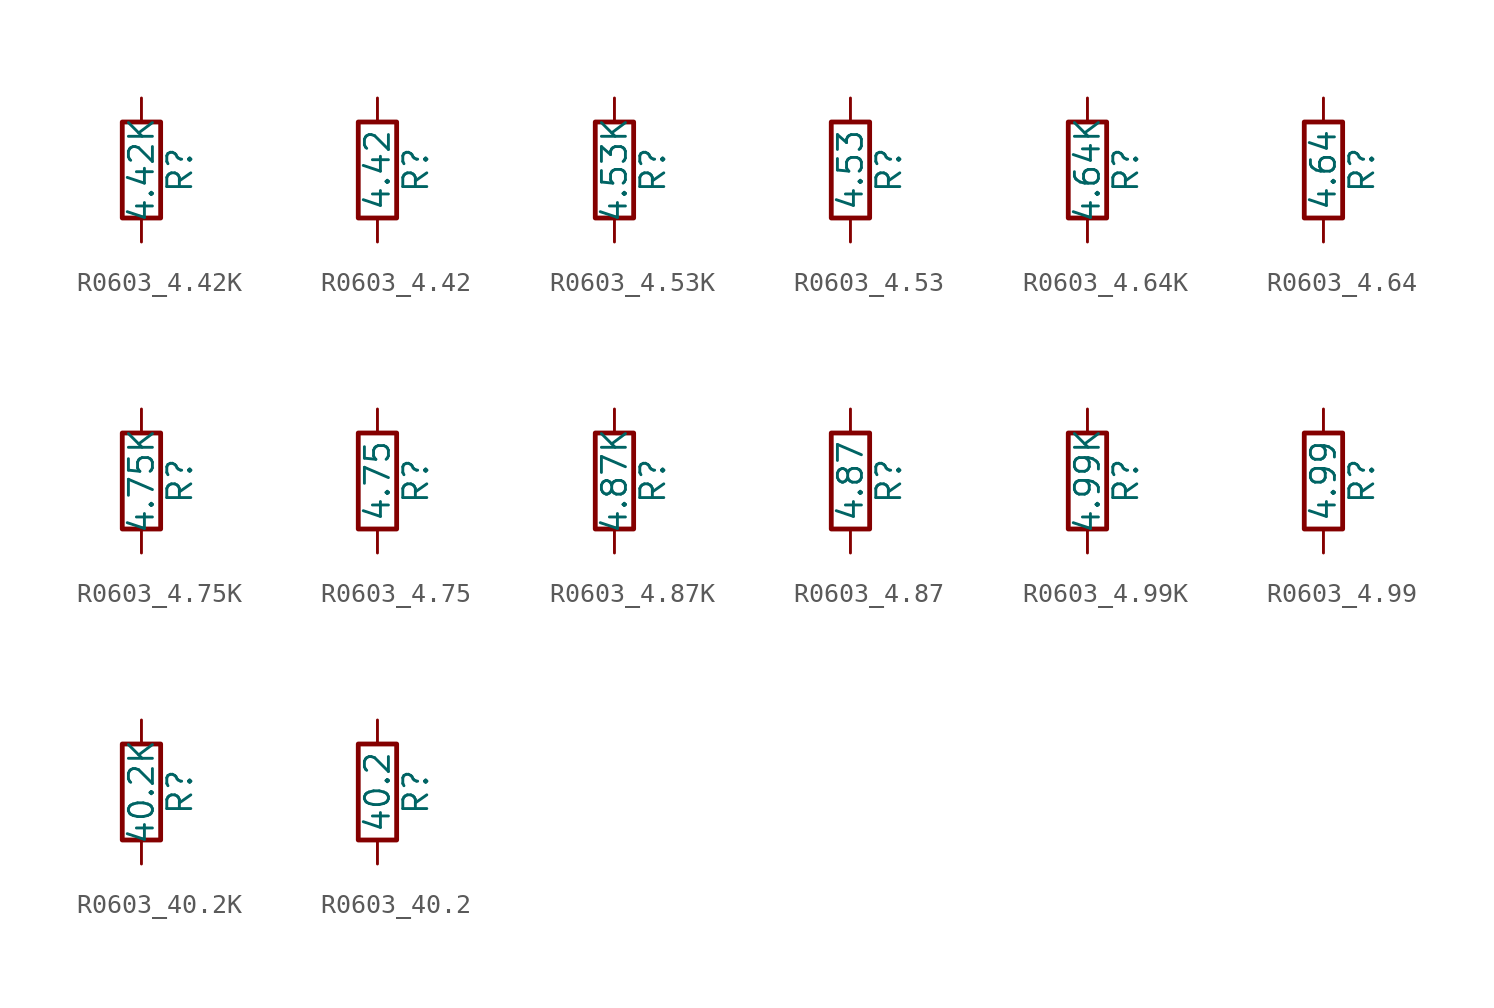
<source format=kicad_sym>
(kicad_symbol_lib
  (version 20211014)
  (generator atlantix-eda)
  (symbol "R0603_4.42K"
    (pin_numbers hide)
    (pin_names
      (offset 0))
    (property "Reference" "R"
      (at 2.032 0 90)
      (effects (font (size 1.27 1.27))))
    (property "Value" "4.42K"
      (at 0 0 90)
      (effects (font (size 1.27 1.27))))
    (symbol "R0603_4.42K_0_1"
      (rectangle (start -1.016 -2.54) (end 1.016 2.54) (stroke (width 0.254) (type default) (color 0 0 0 0)) (fill (type none))))
    (symbol "R0603_4.42K_1_1"
      (pin passive line (at 0 3.81 270) (length 1.27) (name "~" (effects (font (size 1.27 1.27)))) (number "1" (effects (font (size 1.27 1.27)))))
      (pin passive line (at 0 -3.81 90) (length 1.27) (name "~" (effects (font (size 1.27 1.27)))) (number "2" (effects (font (size 1.27 1.27)))))))
  (symbol "R0603_4.42"
    (pin_numbers hide)
    (pin_names
      (offset 0))
    (property "Reference" "R"
      (at 2.032 0 90)
      (effects (font (size 1.27 1.27))))
    (property "Value" "4.42"
      (at 0 0 90)
      (effects (font (size 1.27 1.27))))
    (symbol "R0603_4.42_0_1"
      (rectangle (start -1.016 -2.54) (end 1.016 2.54) (stroke (width 0.254) (type default) (color 0 0 0 0)) (fill (type none))))
    (symbol "R0603_4.42_1_1"
      (pin passive line (at 0 3.81 270) (length 1.27) (name "~" (effects (font (size 1.27 1.27)))) (number "1" (effects (font (size 1.27 1.27)))))
      (pin passive line (at 0 -3.81 90) (length 1.27) (name "~" (effects (font (size 1.27 1.27)))) (number "2" (effects (font (size 1.27 1.27)))))))
  (symbol "R0603_4.53K"
    (pin_numbers hide)
    (pin_names
      (offset 0))
    (property "Reference" "R"
      (at 2.032 0 90)
      (effects (font (size 1.27 1.27))))
    (property "Value" "4.53K"
      (at 0 0 90)
      (effects (font (size 1.27 1.27))))
    (symbol "R0603_4.53K_0_1"
      (rectangle (start -1.016 -2.54) (end 1.016 2.54) (stroke (width 0.254) (type default) (color 0 0 0 0)) (fill (type none))))
    (symbol "R0603_4.53K_1_1"
      (pin passive line (at 0 3.81 270) (length 1.27) (name "~" (effects (font (size 1.27 1.27)))) (number "1" (effects (font (size 1.27 1.27)))))
      (pin passive line (at 0 -3.81 90) (length 1.27) (name "~" (effects (font (size 1.27 1.27)))) (number "2" (effects (font (size 1.27 1.27)))))))
  (symbol "R0603_4.53"
    (pin_numbers hide)
    (pin_names
      (offset 0))
    (property "Reference" "R"
      (at 2.032 0 90)
      (effects (font (size 1.27 1.27))))
    (property "Value" "4.53"
      (at 0 0 90)
      (effects (font (size 1.27 1.27))))
    (symbol "R0603_4.53_0_1"
      (rectangle (start -1.016 -2.54) (end 1.016 2.54) (stroke (width 0.254) (type default) (color 0 0 0 0)) (fill (type none))))
    (symbol "R0603_4.53_1_1"
      (pin passive line (at 0 3.81 270) (length 1.27) (name "~" (effects (font (size 1.27 1.27)))) (number "1" (effects (font (size 1.27 1.27)))))
      (pin passive line (at 0 -3.81 90) (length 1.27) (name "~" (effects (font (size 1.27 1.27)))) (number "2" (effects (font (size 1.27 1.27)))))))
  (symbol "R0603_4.64K"
    (pin_numbers hide)
    (pin_names
      (offset 0))
    (property "Reference" "R"
      (at 2.032 0 90)
      (effects (font (size 1.27 1.27))))
    (property "Value" "4.64K"
      (at 0 0 90)
      (effects (font (size 1.27 1.27))))
    (symbol "R0603_4.64K_0_1"
      (rectangle (start -1.016 -2.54) (end 1.016 2.54) (stroke (width 0.254) (type default) (color 0 0 0 0)) (fill (type none))))
    (symbol "R0603_4.64K_1_1"
      (pin passive line (at 0 3.81 270) (length 1.27) (name "~" (effects (font (size 1.27 1.27)))) (number "1" (effects (font (size 1.27 1.27)))))
      (pin passive line (at 0 -3.81 90) (length 1.27) (name "~" (effects (font (size 1.27 1.27)))) (number "2" (effects (font (size 1.27 1.27)))))))
  (symbol "R0603_4.64"
    (pin_numbers hide)
    (pin_names
      (offset 0))
    (property "Reference" "R"
      (at 2.032 0 90)
      (effects (font (size 1.27 1.27))))
    (property "Value" "4.64"
      (at 0 0 90)
      (effects (font (size 1.27 1.27))))
    (symbol "R0603_4.64_0_1"
      (rectangle (start -1.016 -2.54) (end 1.016 2.54) (stroke (width 0.254) (type default) (color 0 0 0 0)) (fill (type none))))
    (symbol "R0603_4.64_1_1"
      (pin passive line (at 0 3.81 270) (length 1.27) (name "~" (effects (font (size 1.27 1.27)))) (number "1" (effects (font (size 1.27 1.27)))))
      (pin passive line (at 0 -3.81 90) (length 1.27) (name "~" (effects (font (size 1.27 1.27)))) (number "2" (effects (font (size 1.27 1.27)))))))
  (symbol "R0603_4.75K"
    (pin_numbers hide)
    (pin_names
      (offset 0))
    (property "Reference" "R"
      (at 2.032 0 90)
      (effects (font (size 1.27 1.27))))
    (property "Value" "4.75K"
      (at 0 0 90)
      (effects (font (size 1.27 1.27))))
    (symbol "R0603_4.75K_0_1"
      (rectangle (start -1.016 -2.54) (end 1.016 2.54) (stroke (width 0.254) (type default) (color 0 0 0 0)) (fill (type none))))
    (symbol "R0603_4.75K_1_1"
      (pin passive line (at 0 3.81 270) (length 1.27) (name "~" (effects (font (size 1.27 1.27)))) (number "1" (effects (font (size 1.27 1.27)))))
      (pin passive line (at 0 -3.81 90) (length 1.27) (name "~" (effects (font (size 1.27 1.27)))) (number "2" (effects (font (size 1.27 1.27)))))))
  (symbol "R0603_4.75"
    (pin_numbers hide)
    (pin_names
      (offset 0))
    (property "Reference" "R"
      (at 2.032 0 90)
      (effects (font (size 1.27 1.27))))
    (property "Value" "4.75"
      (at 0 0 90)
      (effects (font (size 1.27 1.27))))
    (symbol "R0603_4.75_0_1"
      (rectangle (start -1.016 -2.54) (end 1.016 2.54) (stroke (width 0.254) (type default) (color 0 0 0 0)) (fill (type none))))
    (symbol "R0603_4.75_1_1"
      (pin passive line (at 0 3.81 270) (length 1.27) (name "~" (effects (font (size 1.27 1.27)))) (number "1" (effects (font (size 1.27 1.27)))))
      (pin passive line (at 0 -3.81 90) (length 1.27) (name "~" (effects (font (size 1.27 1.27)))) (number "2" (effects (font (size 1.27 1.27)))))))
  (symbol "R0603_4.87K"
    (pin_numbers hide)
    (pin_names
      (offset 0))
    (property "Reference" "R"
      (at 2.032 0 90)
      (effects (font (size 1.27 1.27))))
    (property "Value" "4.87K"
      (at 0 0 90)
      (effects (font (size 1.27 1.27))))
    (symbol "R0603_4.87K_0_1"
      (rectangle (start -1.016 -2.54) (end 1.016 2.54) (stroke (width 0.254) (type default) (color 0 0 0 0)) (fill (type none))))
    (symbol "R0603_4.87K_1_1"
      (pin passive line (at 0 3.81 270) (length 1.27) (name "~" (effects (font (size 1.27 1.27)))) (number "1" (effects (font (size 1.27 1.27)))))
      (pin passive line (at 0 -3.81 90) (length 1.27) (name "~" (effects (font (size 1.27 1.27)))) (number "2" (effects (font (size 1.27 1.27)))))))
  (symbol "R0603_4.87"
    (pin_numbers hide)
    (pin_names
      (offset 0))
    (property "Reference" "R"
      (at 2.032 0 90)
      (effects (font (size 1.27 1.27))))
    (property "Value" "4.87"
      (at 0 0 90)
      (effects (font (size 1.27 1.27))))
    (symbol "R0603_4.87_0_1"
      (rectangle (start -1.016 -2.54) (end 1.016 2.54) (stroke (width 0.254) (type default) (color 0 0 0 0)) (fill (type none))))
    (symbol "R0603_4.87_1_1"
      (pin passive line (at 0 3.81 270) (length 1.27) (name "~" (effects (font (size 1.27 1.27)))) (number "1" (effects (font (size 1.27 1.27)))))
      (pin passive line (at 0 -3.81 90) (length 1.27) (name "~" (effects (font (size 1.27 1.27)))) (number "2" (effects (font (size 1.27 1.27)))))))
  (symbol "R0603_4.99K"
    (pin_numbers hide)
    (pin_names
      (offset 0))
    (property "Reference" "R"
      (at 2.032 0 90)
      (effects (font (size 1.27 1.27))))
    (property "Value" "4.99K"
      (at 0 0 90)
      (effects (font (size 1.27 1.27))))
    (symbol "R0603_4.99K_0_1"
      (rectangle (start -1.016 -2.54) (end 1.016 2.54) (stroke (width 0.254) (type default) (color 0 0 0 0)) (fill (type none))))
    (symbol "R0603_4.99K_1_1"
      (pin passive line (at 0 3.81 270) (length 1.27) (name "~" (effects (font (size 1.27 1.27)))) (number "1" (effects (font (size 1.27 1.27)))))
      (pin passive line (at 0 -3.81 90) (length 1.27) (name "~" (effects (font (size 1.27 1.27)))) (number "2" (effects (font (size 1.27 1.27)))))))
  (symbol "R0603_4.99"
    (pin_numbers hide)
    (pin_names
      (offset 0))
    (property "Reference" "R"
      (at 2.032 0 90)
      (effects (font (size 1.27 1.27))))
    (property "Value" "4.99"
      (at 0 0 90)
      (effects (font (size 1.27 1.27))))
    (symbol "R0603_4.99_0_1"
      (rectangle (start -1.016 -2.54) (end 1.016 2.54) (stroke (width 0.254) (type default) (color 0 0 0 0)) (fill (type none))))
    (symbol "R0603_4.99_1_1"
      (pin passive line (at 0 3.81 270) (length 1.27) (name "~" (effects (font (size 1.27 1.27)))) (number "1" (effects (font (size 1.27 1.27)))))
      (pin passive line (at 0 -3.81 90) (length 1.27) (name "~" (effects (font (size 1.27 1.27)))) (number "2" (effects (font (size 1.27 1.27)))))))
  (symbol "R0603_40.2K"
    (pin_numbers hide)
    (pin_names
      (offset 0))
    (property "Reference" "R"
      (at 2.032 0 90)
      (effects (font (size 1.27 1.27))))
    (property "Value" "40.2K"
      (at 0 0 90)
      (effects (font (size 1.27 1.27))))
    (symbol "R0603_40.2K_0_1"
      (rectangle (start -1.016 -2.54) (end 1.016 2.54) (stroke (width 0.254) (type default) (color 0 0 0 0)) (fill (type none))))
    (symbol "R0603_40.2K_1_1"
      (pin passive line (at 0 3.81 270) (length 1.27) (name "~" (effects (font (size 1.27 1.27)))) (number "1" (effects (font (size 1.27 1.27)))))
      (pin passive line (at 0 -3.81 90) (length 1.27) (name "~" (effects (font (size 1.27 1.27)))) (number "2" (effects (font (size 1.27 1.27)))))))
  (symbol "R0603_40.2"
    (pin_numbers hide)
    (pin_names
      (offset 0))
    (property "Reference" "R"
      (at 2.032 0 90)
      (effects (font (size 1.27 1.27))))
    (property "Value" "40.2"
      (at 0 0 90)
      (effects (font (size 1.27 1.27))))
    (symbol "R0603_40.2_0_1"
      (rectangle (start -1.016 -2.54) (end 1.016 2.54) (stroke (width 0.254) (type default) (color 0 0 0 0)) (fill (type none))))
    (symbol "R0603_40.2_1_1"
      (pin passive line (at 0 3.81 270) (length 1.27) (name "~" (effects (font (size 1.27 1.27)))) (number "1" (effects (font (size 1.27 1.27)))))
      (pin passive line (at 0 -3.81 90) (length 1.27) (name "~" (effects (font (size 1.27 1.27)))) (number "2" (effects (font (size 1.27 1.27))))))))
</source>
